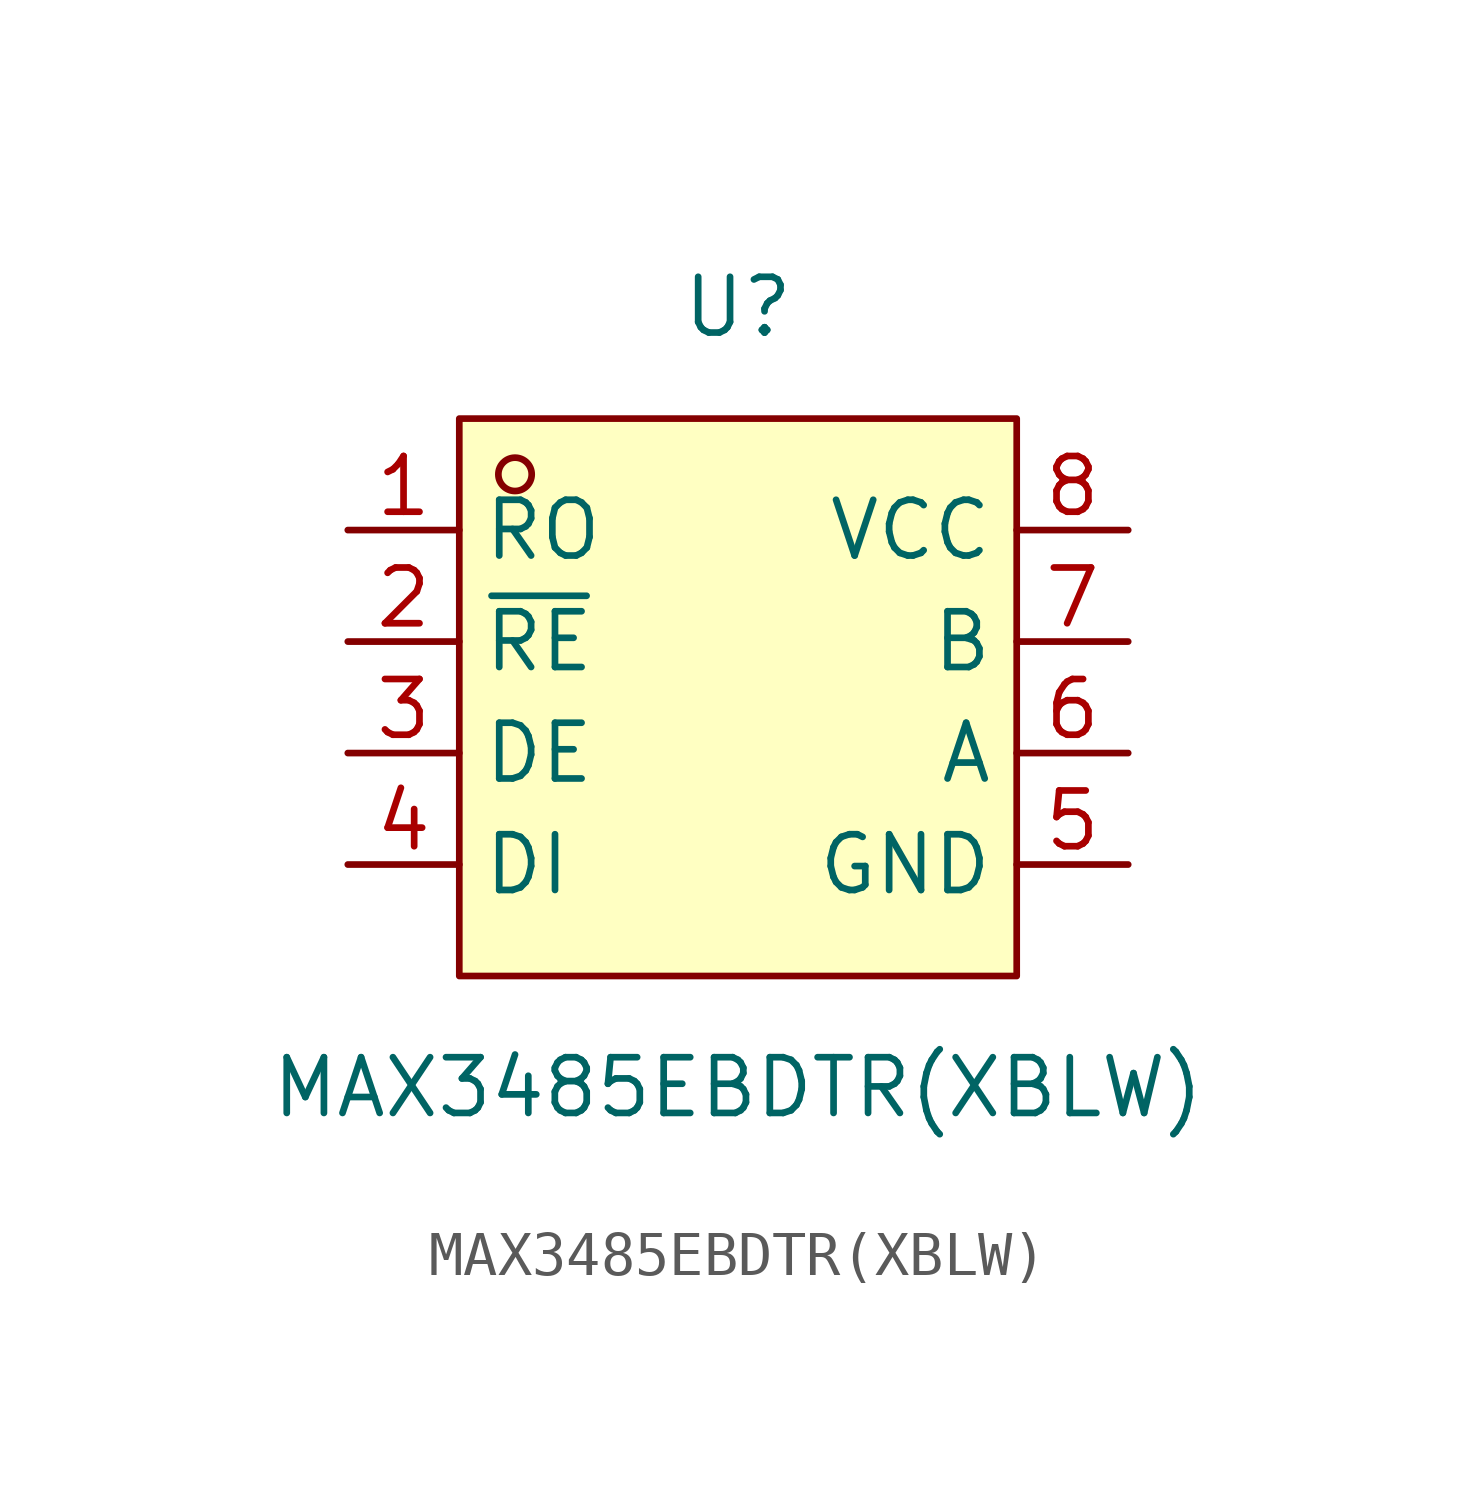
<source format=kicad_sym>
(kicad_symbol_lib
  (version 20211014)
  (generator https://github.com/uPesy/easyeda2kicad.py)
  (symbol "MAX3485EBDTR(XBLW)"
    (property "Reference" "U"
      (at 0 8.89 0)
      (effects (font (size 1.27 1.27))))
    (property "Value" "MAX3485EBDTR(XBLW)"
      (at 0 -8.89 0)
      (effects (font (size 1.27 1.27))))
    (symbol "MAX3485EBDTR(XBLW)_0_1"
      (rectangle (start -6.35 6.35) (end 6.35 -6.35) (stroke (width 0) (type default) (color 0 0 0 0)) (fill (type background)))
      (circle (center -5.08 5.08) (radius 0.38) (stroke (width 0) (type default) (color 0 0 0 0)) (fill (type none)))
      (pin unspecified line (at -8.89 3.81 0) (length 2.54) (name "RO" (effects (font (size 1.27 1.27)))) (number "1" (effects (font (size 1.27 1.27)))))
      (pin unspecified line (at -8.89 1.27 0) (length 2.54) (name "~{RE}" (effects (font (size 1.27 1.27)))) (number "2" (effects (font (size 1.27 1.27)))))
      (pin unspecified line (at -8.89 -1.27 0) (length 2.54) (name "DE" (effects (font (size 1.27 1.27)))) (number "3" (effects (font (size 1.27 1.27)))))
      (pin unspecified line (at -8.89 -3.81 0) (length 2.54) (name "DI" (effects (font (size 1.27 1.27)))) (number "4" (effects (font (size 1.27 1.27)))))
      (pin unspecified line (at 8.89 -3.81 180) (length 2.54) (name "GND" (effects (font (size 1.27 1.27)))) (number "5" (effects (font (size 1.27 1.27)))))
      (pin unspecified line (at 8.89 -1.27 180) (length 2.54) (name "A" (effects (font (size 1.27 1.27)))) (number "6" (effects (font (size 1.27 1.27)))))
      (pin unspecified line (at 8.89 1.27 180) (length 2.54) (name "B" (effects (font (size 1.27 1.27)))) (number "7" (effects (font (size 1.27 1.27)))))
      (pin unspecified line (at 8.89 3.81 180) (length 2.54) (name "VCC" (effects (font (size 1.27 1.27)))) (number "8" (effects (font (size 1.27 1.27))))))))
</source>
